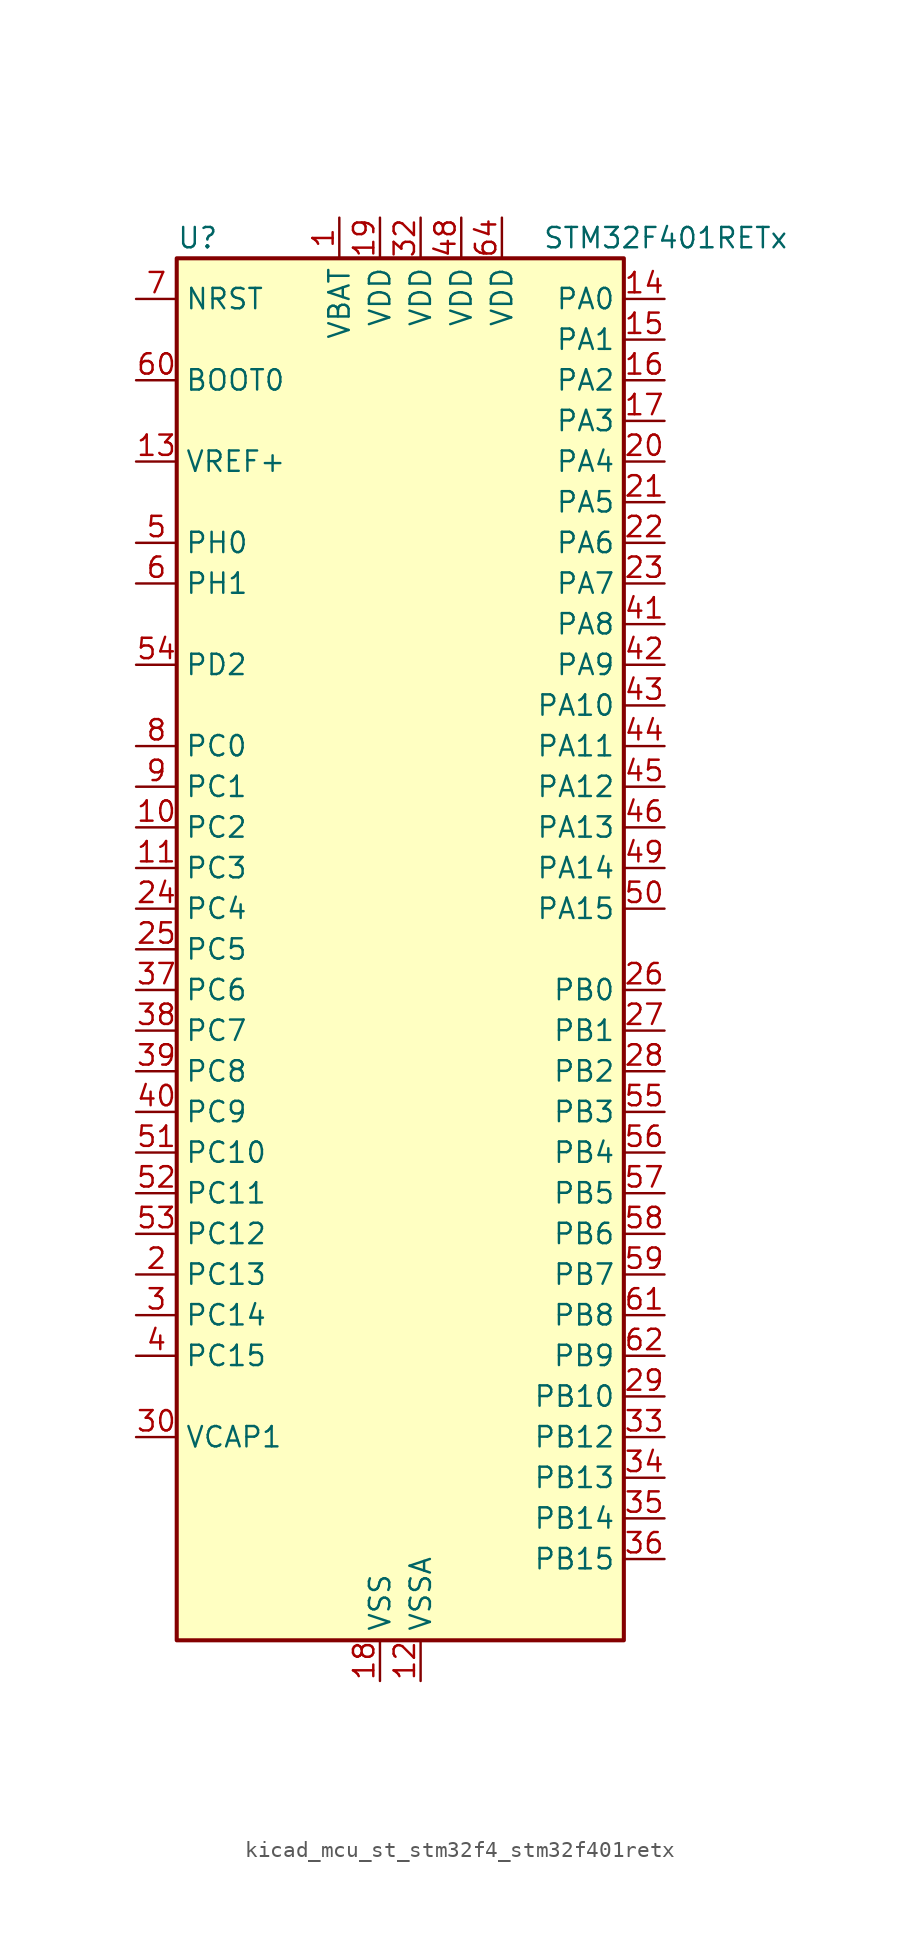
<source format=kicad_sym>
(kicad_symbol_lib
  (version 20220914)
  (generator kicad_symbol_editor)
  (symbol "kicad_mcu_st_stm32f4_stm32f401retx"
    (property "Reference" "U"
      (at -12.7 44.45 0)
      (effects (font (size 1.27 1.27)) (justify left)))
    (property "Value" "STM32F401RETx"
      (at 10.16 44.45 0)
      (effects (font (size 1.27 1.27)) (justify left)))
    (property "ki_locked" ""
      (at 0 0 0)
      (effects (font (size 1.27 1.27))))
    (symbol "kicad_mcu_st_stm32f4_stm32f401retx_0_1"
      (rectangle (start -12.7 -43.18) (end 15.24 43.18) (stroke (width 0.254) (type default)) (fill (type background))))
    (symbol "kicad_mcu_st_stm32f4_stm32f401retx_1_1"
      (pin power_in line (at -2.54 45.72 270) (length 2.54) (name "VBAT" (effects (font (size 1.27 1.27)))) (number "1" (effects (font (size 1.27 1.27)))))
      (pin bidirectional line (at -15.24 7.62 0) (length 2.54) (name "PC2" (effects (font (size 1.27 1.27)))) (number "10" (effects (font (size 1.27 1.27)))) (alternate "ADC1_IN12" bidirectional line) (alternate "I2S2_ext_SD" bidirectional line) (alternate "SPI2_MISO" bidirectional line))
      (pin bidirectional line (at -15.24 5.08 0) (length 2.54) (name "PC3" (effects (font (size 1.27 1.27)))) (number "11" (effects (font (size 1.27 1.27)))) (alternate "ADC1_IN13" bidirectional line) (alternate "I2S2_SD" bidirectional line) (alternate "SPI2_MOSI" bidirectional line))
      (pin power_in line (at 2.54 -45.72 90) (length 2.54) (name "VSSA" (effects (font (size 1.27 1.27)))) (number "12" (effects (font (size 1.27 1.27)))))
      (pin input line (at -15.24 30.48 0) (length 2.54) (name "VREF+" (effects (font (size 1.27 1.27)))) (number "13" (effects (font (size 1.27 1.27)))))
      (pin bidirectional line (at 17.78 40.64 180) (length 2.54) (name "PA0" (effects (font (size 1.27 1.27)))) (number "14" (effects (font (size 1.27 1.27)))) (alternate "ADC1_IN0" bidirectional line) (alternate "SYS_WKUP" bidirectional line) (alternate "TIM2_CH1" bidirectional line) (alternate "TIM2_ETR" bidirectional line) (alternate "TIM5_CH1" bidirectional line) (alternate "USART2_CTS" bidirectional line))
      (pin bidirectional line (at 17.78 38.1 180) (length 2.54) (name "PA1" (effects (font (size 1.27 1.27)))) (number "15" (effects (font (size 1.27 1.27)))) (alternate "ADC1_IN1" bidirectional line) (alternate "TIM2_CH2" bidirectional line) (alternate "TIM5_CH2" bidirectional line) (alternate "USART2_RTS" bidirectional line))
      (pin bidirectional line (at 17.78 35.56 180) (length 2.54) (name "PA2" (effects (font (size 1.27 1.27)))) (number "16" (effects (font (size 1.27 1.27)))) (alternate "ADC1_IN2" bidirectional line) (alternate "TIM2_CH3" bidirectional line) (alternate "TIM5_CH3" bidirectional line) (alternate "TIM9_CH1" bidirectional line) (alternate "USART2_TX" bidirectional line))
      (pin bidirectional line (at 17.78 33.02 180) (length 2.54) (name "PA3" (effects (font (size 1.27 1.27)))) (number "17" (effects (font (size 1.27 1.27)))) (alternate "ADC1_IN3" bidirectional line) (alternate "TIM2_CH4" bidirectional line) (alternate "TIM5_CH4" bidirectional line) (alternate "TIM9_CH2" bidirectional line) (alternate "USART2_RX" bidirectional line))
      (pin power_in line (at 0 -45.72 90) (length 2.54) (name "VSS" (effects (font (size 1.27 1.27)))) (number "18" (effects (font (size 1.27 1.27)))))
      (pin power_in line (at 0 45.72 270) (length 2.54) (name "VDD" (effects (font (size 1.27 1.27)))) (number "19" (effects (font (size 1.27 1.27)))))
      (pin bidirectional line (at -15.24 -20.32 0) (length 2.54) (name "PC13" (effects (font (size 1.27 1.27)))) (number "2" (effects (font (size 1.27 1.27)))) (alternate "RTC_AF1" bidirectional line))
      (pin bidirectional line (at 17.78 30.48 180) (length 2.54) (name "PA4" (effects (font (size 1.27 1.27)))) (number "20" (effects (font (size 1.27 1.27)))) (alternate "ADC1_IN4" bidirectional line) (alternate "I2S3_WS" bidirectional line) (alternate "SPI1_NSS" bidirectional line) (alternate "SPI3_NSS" bidirectional line) (alternate "USART2_CK" bidirectional line))
      (pin bidirectional line (at 17.78 27.94 180) (length 2.54) (name "PA5" (effects (font (size 1.27 1.27)))) (number "21" (effects (font (size 1.27 1.27)))) (alternate "ADC1_IN5" bidirectional line) (alternate "SPI1_SCK" bidirectional line) (alternate "TIM2_CH1" bidirectional line) (alternate "TIM2_ETR" bidirectional line))
      (pin bidirectional line (at 17.78 25.4 180) (length 2.54) (name "PA6" (effects (font (size 1.27 1.27)))) (number "22" (effects (font (size 1.27 1.27)))) (alternate "ADC1_IN6" bidirectional line) (alternate "SPI1_MISO" bidirectional line) (alternate "TIM1_BKIN" bidirectional line) (alternate "TIM3_CH1" bidirectional line))
      (pin bidirectional line (at 17.78 22.86 180) (length 2.54) (name "PA7" (effects (font (size 1.27 1.27)))) (number "23" (effects (font (size 1.27 1.27)))) (alternate "ADC1_IN7" bidirectional line) (alternate "SPI1_MOSI" bidirectional line) (alternate "TIM1_CH1N" bidirectional line) (alternate "TIM3_CH2" bidirectional line))
      (pin bidirectional line (at -15.24 2.54 0) (length 2.54) (name "PC4" (effects (font (size 1.27 1.27)))) (number "24" (effects (font (size 1.27 1.27)))) (alternate "ADC1_IN14" bidirectional line))
      (pin bidirectional line (at -15.24 0 0) (length 2.54) (name "PC5" (effects (font (size 1.27 1.27)))) (number "25" (effects (font (size 1.27 1.27)))) (alternate "ADC1_IN15" bidirectional line))
      (pin bidirectional line (at 17.78 -2.54 180) (length 2.54) (name "PB0" (effects (font (size 1.27 1.27)))) (number "26" (effects (font (size 1.27 1.27)))) (alternate "ADC1_IN8" bidirectional line) (alternate "TIM1_CH2N" bidirectional line) (alternate "TIM3_CH3" bidirectional line))
      (pin bidirectional line (at 17.78 -5.08 180) (length 2.54) (name "PB1" (effects (font (size 1.27 1.27)))) (number "27" (effects (font (size 1.27 1.27)))) (alternate "ADC1_IN9" bidirectional line) (alternate "TIM1_CH3N" bidirectional line) (alternate "TIM3_CH4" bidirectional line))
      (pin bidirectional line (at 17.78 -7.62 180) (length 2.54) (name "PB2" (effects (font (size 1.27 1.27)))) (number "28" (effects (font (size 1.27 1.27)))))
      (pin bidirectional line (at 17.78 -27.94 180) (length 2.54) (name "PB10" (effects (font (size 1.27 1.27)))) (number "29" (effects (font (size 1.27 1.27)))) (alternate "I2C2_SCL" bidirectional line) (alternate "I2S2_CK" bidirectional line) (alternate "SPI2_SCK" bidirectional line) (alternate "TIM2_CH3" bidirectional line))
      (pin bidirectional line (at -15.24 -22.86 0) (length 2.54) (name "PC14" (effects (font (size 1.27 1.27)))) (number "3" (effects (font (size 1.27 1.27)))) (alternate "RCC_OSC32_IN" bidirectional line))
      (pin power_out line (at -15.24 -30.48 0) (length 2.54) (name "VCAP1" (effects (font (size 1.27 1.27)))) (number "30" (effects (font (size 1.27 1.27)))))
      (pin passive line (at 0 -45.72 90) (length 2.54) hide (name "VSS" (effects (font (size 1.27 1.27)))) (number "31" (effects (font (size 1.27 1.27)))))
      (pin power_in line (at 2.54 45.72 270) (length 2.54) (name "VDD" (effects (font (size 1.27 1.27)))) (number "32" (effects (font (size 1.27 1.27)))))
      (pin bidirectional line (at 17.78 -30.48 180) (length 2.54) (name "PB12" (effects (font (size 1.27 1.27)))) (number "33" (effects (font (size 1.27 1.27)))) (alternate "I2C2_SMBA" bidirectional line) (alternate "I2S2_WS" bidirectional line) (alternate "SPI2_NSS" bidirectional line) (alternate "TIM1_BKIN" bidirectional line))
      (pin bidirectional line (at 17.78 -33.02 180) (length 2.54) (name "PB13" (effects (font (size 1.27 1.27)))) (number "34" (effects (font (size 1.27 1.27)))) (alternate "I2S2_CK" bidirectional line) (alternate "SPI2_SCK" bidirectional line) (alternate "TIM1_CH1N" bidirectional line))
      (pin bidirectional line (at 17.78 -35.56 180) (length 2.54) (name "PB14" (effects (font (size 1.27 1.27)))) (number "35" (effects (font (size 1.27 1.27)))) (alternate "I2S2_ext_SD" bidirectional line) (alternate "SPI2_MISO" bidirectional line) (alternate "TIM1_CH2N" bidirectional line))
      (pin bidirectional line (at 17.78 -38.1 180) (length 2.54) (name "PB15" (effects (font (size 1.27 1.27)))) (number "36" (effects (font (size 1.27 1.27)))) (alternate "ADC1_EXTI15" bidirectional line) (alternate "I2S2_SD" bidirectional line) (alternate "RTC_REFIN" bidirectional line) (alternate "SPI2_MOSI" bidirectional line) (alternate "TIM1_CH3N" bidirectional line))
      (pin bidirectional line (at -15.24 -2.54 0) (length 2.54) (name "PC6" (effects (font (size 1.27 1.27)))) (number "37" (effects (font (size 1.27 1.27)))) (alternate "I2S2_MCK" bidirectional line) (alternate "SDIO_D6" bidirectional line) (alternate "TIM3_CH1" bidirectional line) (alternate "USART6_TX" bidirectional line))
      (pin bidirectional line (at -15.24 -5.08 0) (length 2.54) (name "PC7" (effects (font (size 1.27 1.27)))) (number "38" (effects (font (size 1.27 1.27)))) (alternate "I2S3_MCK" bidirectional line) (alternate "SDIO_D7" bidirectional line) (alternate "TIM3_CH2" bidirectional line) (alternate "USART6_RX" bidirectional line))
      (pin bidirectional line (at -15.24 -7.62 0) (length 2.54) (name "PC8" (effects (font (size 1.27 1.27)))) (number "39" (effects (font (size 1.27 1.27)))) (alternate "SDIO_D0" bidirectional line) (alternate "TIM3_CH3" bidirectional line) (alternate "USART6_CK" bidirectional line))
      (pin bidirectional line (at -15.24 -25.4 0) (length 2.54) (name "PC15" (effects (font (size 1.27 1.27)))) (number "4" (effects (font (size 1.27 1.27)))) (alternate "ADC1_EXTI15" bidirectional line) (alternate "RCC_OSC32_OUT" bidirectional line))
      (pin bidirectional line (at -15.24 -10.16 0) (length 2.54) (name "PC9" (effects (font (size 1.27 1.27)))) (number "40" (effects (font (size 1.27 1.27)))) (alternate "I2C3_SDA" bidirectional line) (alternate "I2S_CKIN" bidirectional line) (alternate "RCC_MCO_2" bidirectional line) (alternate "SDIO_D1" bidirectional line) (alternate "TIM3_CH4" bidirectional line))
      (pin bidirectional line (at 17.78 20.32 180) (length 2.54) (name "PA8" (effects (font (size 1.27 1.27)))) (number "41" (effects (font (size 1.27 1.27)))) (alternate "I2C3_SCL" bidirectional line) (alternate "RCC_MCO_1" bidirectional line) (alternate "TIM1_CH1" bidirectional line) (alternate "USART1_CK" bidirectional line) (alternate "USB_OTG_FS_SOF" bidirectional line))
      (pin bidirectional line (at 17.78 17.78 180) (length 2.54) (name "PA9" (effects (font (size 1.27 1.27)))) (number "42" (effects (font (size 1.27 1.27)))) (alternate "I2C3_SMBA" bidirectional line) (alternate "TIM1_CH2" bidirectional line) (alternate "USART1_TX" bidirectional line) (alternate "USB_OTG_FS_VBUS" bidirectional line))
      (pin bidirectional line (at 17.78 15.24 180) (length 2.54) (name "PA10" (effects (font (size 1.27 1.27)))) (number "43" (effects (font (size 1.27 1.27)))) (alternate "TIM1_CH3" bidirectional line) (alternate "USART1_RX" bidirectional line) (alternate "USB_OTG_FS_ID" bidirectional line))
      (pin bidirectional line (at 17.78 12.7 180) (length 2.54) (name "PA11" (effects (font (size 1.27 1.27)))) (number "44" (effects (font (size 1.27 1.27)))) (alternate "ADC1_EXTI11" bidirectional line) (alternate "TIM1_CH4" bidirectional line) (alternate "USART1_CTS" bidirectional line) (alternate "USART6_TX" bidirectional line) (alternate "USB_OTG_FS_DM" bidirectional line))
      (pin bidirectional line (at 17.78 10.16 180) (length 2.54) (name "PA12" (effects (font (size 1.27 1.27)))) (number "45" (effects (font (size 1.27 1.27)))) (alternate "TIM1_ETR" bidirectional line) (alternate "USART1_RTS" bidirectional line) (alternate "USART6_RX" bidirectional line) (alternate "USB_OTG_FS_DP" bidirectional line))
      (pin bidirectional line (at 17.78 7.62 180) (length 2.54) (name "PA13" (effects (font (size 1.27 1.27)))) (number "46" (effects (font (size 1.27 1.27)))) (alternate "SYS_JTMS-SWDIO" bidirectional line))
      (pin passive line (at 0 -45.72 90) (length 2.54) hide (name "VSS" (effects (font (size 1.27 1.27)))) (number "47" (effects (font (size 1.27 1.27)))))
      (pin power_in line (at 5.08 45.72 270) (length 2.54) (name "VDD" (effects (font (size 1.27 1.27)))) (number "48" (effects (font (size 1.27 1.27)))))
      (pin bidirectional line (at 17.78 5.08 180) (length 2.54) (name "PA14" (effects (font (size 1.27 1.27)))) (number "49" (effects (font (size 1.27 1.27)))) (alternate "SYS_JTCK-SWCLK" bidirectional line))
      (pin bidirectional line (at -15.24 25.4 0) (length 2.54) (name "PH0" (effects (font (size 1.27 1.27)))) (number "5" (effects (font (size 1.27 1.27)))) (alternate "RCC_OSC_IN" bidirectional line))
      (pin bidirectional line (at 17.78 2.54 180) (length 2.54) (name "PA15" (effects (font (size 1.27 1.27)))) (number "50" (effects (font (size 1.27 1.27)))) (alternate "ADC1_EXTI15" bidirectional line) (alternate "I2S3_WS" bidirectional line) (alternate "SPI1_NSS" bidirectional line) (alternate "SPI3_NSS" bidirectional line) (alternate "SYS_JTDI" bidirectional line) (alternate "TIM2_CH1" bidirectional line) (alternate "TIM2_ETR" bidirectional line))
      (pin bidirectional line (at -15.24 -12.7 0) (length 2.54) (name "PC10" (effects (font (size 1.27 1.27)))) (number "51" (effects (font (size 1.27 1.27)))) (alternate "I2S3_CK" bidirectional line) (alternate "SDIO_D2" bidirectional line) (alternate "SPI3_SCK" bidirectional line))
      (pin bidirectional line (at -15.24 -15.24 0) (length 2.54) (name "PC11" (effects (font (size 1.27 1.27)))) (number "52" (effects (font (size 1.27 1.27)))) (alternate "ADC1_EXTI11" bidirectional line) (alternate "I2S3_ext_SD" bidirectional line) (alternate "SDIO_D3" bidirectional line) (alternate "SPI3_MISO" bidirectional line))
      (pin bidirectional line (at -15.24 -17.78 0) (length 2.54) (name "PC12" (effects (font (size 1.27 1.27)))) (number "53" (effects (font (size 1.27 1.27)))) (alternate "I2S3_SD" bidirectional line) (alternate "SDIO_CK" bidirectional line) (alternate "SPI3_MOSI" bidirectional line))
      (pin bidirectional line (at -15.24 17.78 0) (length 2.54) (name "PD2" (effects (font (size 1.27 1.27)))) (number "54" (effects (font (size 1.27 1.27)))) (alternate "SDIO_CMD" bidirectional line) (alternate "TIM3_ETR" bidirectional line))
      (pin bidirectional line (at 17.78 -10.16 180) (length 2.54) (name "PB3" (effects (font (size 1.27 1.27)))) (number "55" (effects (font (size 1.27 1.27)))) (alternate "I2C2_SDA" bidirectional line) (alternate "I2S3_CK" bidirectional line) (alternate "SPI1_SCK" bidirectional line) (alternate "SPI3_SCK" bidirectional line) (alternate "SYS_JTDO-SWO" bidirectional line) (alternate "TIM2_CH2" bidirectional line))
      (pin bidirectional line (at 17.78 -12.7 180) (length 2.54) (name "PB4" (effects (font (size 1.27 1.27)))) (number "56" (effects (font (size 1.27 1.27)))) (alternate "I2C3_SDA" bidirectional line) (alternate "I2S3_ext_SD" bidirectional line) (alternate "SPI1_MISO" bidirectional line) (alternate "SPI3_MISO" bidirectional line) (alternate "SYS_JTRST" bidirectional line) (alternate "TIM3_CH1" bidirectional line))
      (pin bidirectional line (at 17.78 -15.24 180) (length 2.54) (name "PB5" (effects (font (size 1.27 1.27)))) (number "57" (effects (font (size 1.27 1.27)))) (alternate "I2C1_SMBA" bidirectional line) (alternate "I2S3_SD" bidirectional line) (alternate "SPI1_MOSI" bidirectional line) (alternate "SPI3_MOSI" bidirectional line) (alternate "TIM3_CH2" bidirectional line))
      (pin bidirectional line (at 17.78 -17.78 180) (length 2.54) (name "PB6" (effects (font (size 1.27 1.27)))) (number "58" (effects (font (size 1.27 1.27)))) (alternate "I2C1_SCL" bidirectional line) (alternate "TIM4_CH1" bidirectional line) (alternate "USART1_TX" bidirectional line))
      (pin bidirectional line (at 17.78 -20.32 180) (length 2.54) (name "PB7" (effects (font (size 1.27 1.27)))) (number "59" (effects (font (size 1.27 1.27)))) (alternate "I2C1_SDA" bidirectional line) (alternate "TIM4_CH2" bidirectional line) (alternate "USART1_RX" bidirectional line))
      (pin bidirectional line (at -15.24 22.86 0) (length 2.54) (name "PH1" (effects (font (size 1.27 1.27)))) (number "6" (effects (font (size 1.27 1.27)))) (alternate "RCC_OSC_OUT" bidirectional line))
      (pin input line (at -15.24 35.56 0) (length 2.54) (name "BOOT0" (effects (font (size 1.27 1.27)))) (number "60" (effects (font (size 1.27 1.27)))))
      (pin bidirectional line (at 17.78 -22.86 180) (length 2.54) (name "PB8" (effects (font (size 1.27 1.27)))) (number "61" (effects (font (size 1.27 1.27)))) (alternate "I2C1_SCL" bidirectional line) (alternate "SDIO_D4" bidirectional line) (alternate "TIM10_CH1" bidirectional line) (alternate "TIM4_CH3" bidirectional line))
      (pin bidirectional line (at 17.78 -25.4 180) (length 2.54) (name "PB9" (effects (font (size 1.27 1.27)))) (number "62" (effects (font (size 1.27 1.27)))) (alternate "I2C1_SDA" bidirectional line) (alternate "I2S2_WS" bidirectional line) (alternate "SDIO_D5" bidirectional line) (alternate "SPI2_NSS" bidirectional line) (alternate "TIM11_CH1" bidirectional line) (alternate "TIM4_CH4" bidirectional line))
      (pin passive line (at 0 -45.72 90) (length 2.54) hide (name "VSS" (effects (font (size 1.27 1.27)))) (number "63" (effects (font (size 1.27 1.27)))))
      (pin power_in line (at 7.62 45.72 270) (length 2.54) (name "VDD" (effects (font (size 1.27 1.27)))) (number "64" (effects (font (size 1.27 1.27)))))
      (pin input line (at -15.24 40.64 0) (length 2.54) (name "NRST" (effects (font (size 1.27 1.27)))) (number "7" (effects (font (size 1.27 1.27)))))
      (pin bidirectional line (at -15.24 12.7 0) (length 2.54) (name "PC0" (effects (font (size 1.27 1.27)))) (number "8" (effects (font (size 1.27 1.27)))) (alternate "ADC1_IN10" bidirectional line))
      (pin bidirectional line (at -15.24 10.16 0) (length 2.54) (name "PC1" (effects (font (size 1.27 1.27)))) (number "9" (effects (font (size 1.27 1.27)))) (alternate "ADC1_IN11" bidirectional line)))))
</source>
